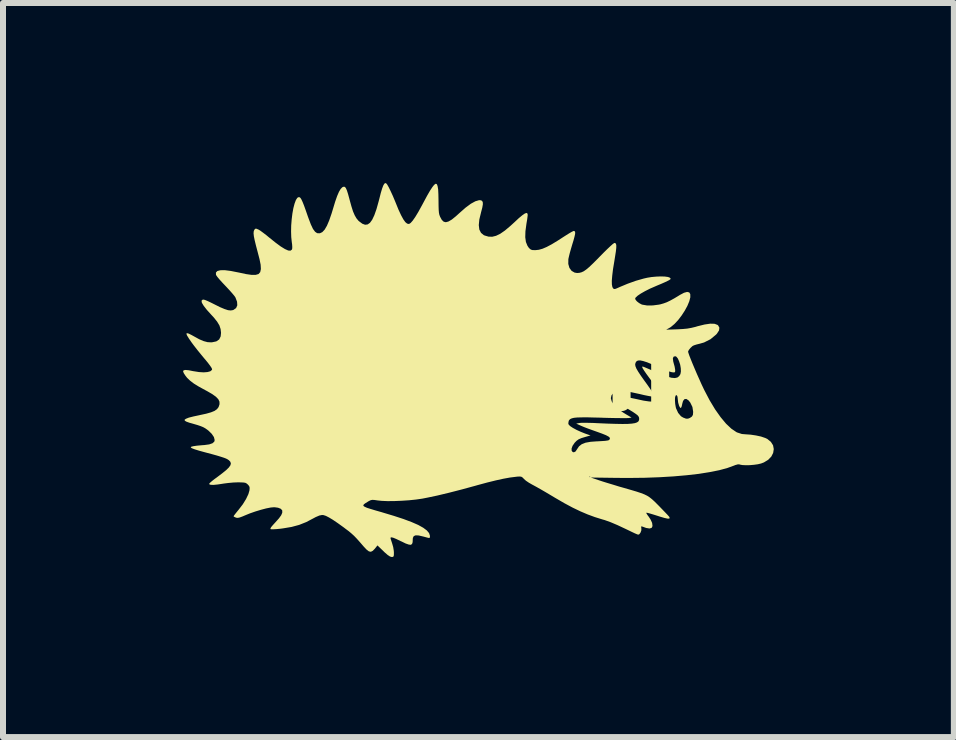
<source format=kicad_pcb>
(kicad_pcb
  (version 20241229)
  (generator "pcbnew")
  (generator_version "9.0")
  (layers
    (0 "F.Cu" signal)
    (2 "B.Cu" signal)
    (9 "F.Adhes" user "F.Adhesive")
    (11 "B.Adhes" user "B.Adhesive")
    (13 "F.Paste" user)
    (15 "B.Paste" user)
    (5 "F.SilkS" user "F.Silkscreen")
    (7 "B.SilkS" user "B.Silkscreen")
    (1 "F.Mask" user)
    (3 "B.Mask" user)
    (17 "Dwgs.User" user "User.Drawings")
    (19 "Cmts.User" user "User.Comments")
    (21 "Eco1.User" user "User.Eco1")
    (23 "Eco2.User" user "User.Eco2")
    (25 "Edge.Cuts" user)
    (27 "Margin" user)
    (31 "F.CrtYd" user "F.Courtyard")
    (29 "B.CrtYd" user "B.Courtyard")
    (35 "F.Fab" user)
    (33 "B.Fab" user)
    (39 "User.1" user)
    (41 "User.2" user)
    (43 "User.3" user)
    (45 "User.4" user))
  (footprint "risson"
    (layer "F.Cu")
    (at 4.912 2.97)
    (property "Reference" "risson" (at 0 0 0) (layer "F.SilkS") (effects (font (size 1.5 1.5) (thickness 0.3))))
    (attr board_only exclude_from_pos_files exclude_from_bom)
    (fp_poly (pts (xy -1.53 -2.967) (xy -1.512 -2.946) (xy -1.487 -2.902) (xy -1.456 -2.839) (xy -1.42 -2.761) (xy -1.382 -2.671) (xy -1.371 -2.644) (xy -1.323 -2.526) (xy -1.28 -2.434) (xy -1.243 -2.366) (xy -1.21 -2.32) (xy -1.18 -2.295) (xy -1.153 -2.289) (xy -1.148 -2.289) (xy -1.122 -2.305) (xy -1.088 -2.343) (xy -1.045 -2.404) (xy -0.993 -2.49) (xy -0.932 -2.601) (xy -0.902 -2.657) (xy -0.845 -2.763) (xy -0.798 -2.844) (xy -0.76 -2.902) (xy -0.731 -2.939) (xy -0.708 -2.957) (xy -0.699 -2.959) (xy -0.683 -2.949) (xy -0.672 -2.918) (xy -0.663 -2.865) (xy -0.659 -2.786) (xy -0.657 -2.682) (xy -0.657 -2.676) (xy -0.656 -2.588) (xy -0.654 -2.524) (xy -0.65 -2.477) (xy -0.643 -2.442) (xy -0.632 -2.413) (xy -0.629 -2.406) (xy -0.602 -2.357) (xy -0.571 -2.327) (xy -0.535 -2.318) (xy -0.491 -2.33) (xy -0.436 -2.362) (xy -0.368 -2.417) (xy -0.306 -2.473) (xy -0.206 -2.561) (xy -0.118 -2.626) (xy -0.043 -2.667) (xy 0.018 -2.685) (xy 0.04 -2.685) (xy 0.066 -2.676) (xy 0.08 -2.654) (xy 0.082 -2.617) (xy 0.072 -2.56) (xy 0.051 -2.48) (xy 0.051 -2.479) (xy 0.023 -2.364) (xy 0.014 -2.27) (xy 0.023 -2.196) (xy 0.051 -2.141) (xy 0.097 -2.103) (xy 0.114 -2.096) (xy 0.176 -2.078) (xy 0.238 -2.076) (xy 0.302 -2.092) (xy 0.372 -2.126) (xy 0.45 -2.18) (xy 0.539 -2.255) (xy 0.606 -2.316) (xy 0.681 -2.386) (xy 0.739 -2.434) (xy 0.781 -2.463) (xy 0.809 -2.473) (xy 0.824 -2.464) (xy 0.829 -2.441) (xy 0.826 -2.412) (xy 0.82 -2.364) (xy 0.81 -2.306) (xy 0.807 -2.287) (xy 0.791 -2.167) (xy 0.788 -2.068) (xy 0.799 -1.989) (xy 0.825 -1.925) (xy 0.849 -1.89) (xy 0.874 -1.867) (xy 0.901 -1.855) (xy 0.941 -1.853) (xy 0.96 -1.853) (xy 1.014 -1.859) (xy 1.075 -1.876) (xy 1.145 -1.906) (xy 1.228 -1.95) (xy 1.327 -2.01) (xy 1.398 -2.056) (xy 1.462 -2.097) (xy 1.518 -2.132) (xy 1.563 -2.158) (xy 1.59 -2.171) (xy 1.595 -2.173) (xy 1.611 -2.169) (xy 1.619 -2.154) (xy 1.619 -2.125) (xy 1.609 -2.079) (xy 1.591 -2.012) (xy 1.572 -1.951) (xy 1.55 -1.876) (xy 1.53 -1.805) (xy 1.515 -1.744) (xy 1.506 -1.703) (xy 1.506 -1.7) (xy 1.505 -1.623) (xy 1.524 -1.557) (xy 1.56 -1.508) (xy 1.61 -1.479) (xy 1.652 -1.472) (xy 1.69 -1.475) (xy 1.725 -1.484) (xy 1.762 -1.501) (xy 1.804 -1.53) (xy 1.854 -1.572) (xy 1.915 -1.63) (xy 1.99 -1.705) (xy 2.029 -1.745) (xy 2.094 -1.811) (xy 2.154 -1.87) (xy 2.205 -1.918) (xy 2.244 -1.953) (xy 2.269 -1.971) (xy 2.274 -1.973) (xy 2.29 -1.969) (xy 2.3 -1.956) (xy 2.305 -1.93) (xy 2.304 -1.888) (xy 2.297 -1.827) (xy 2.284 -1.744) (xy 2.272 -1.669) (xy 2.25 -1.536) (xy 2.237 -1.428) (xy 2.23 -1.344) (xy 2.231 -1.282) (xy 2.239 -1.24) (xy 2.248 -1.222) (xy 2.26 -1.209) (xy 2.273 -1.205) (xy 2.295 -1.209) (xy 2.332 -1.225) (xy 2.37 -1.242) (xy 2.495 -1.294) (xy 2.629 -1.342) (xy 2.759 -1.379) (xy 2.819 -1.393) (xy 2.893 -1.405) (xy 2.971 -1.412) (xy 3.047 -1.415) (xy 3.113 -1.413) (xy 3.165 -1.406) (xy 3.193 -1.396) (xy 3.21 -1.381) (xy 3.206 -1.368) (xy 3.185 -1.353) (xy 3.159 -1.34) (xy 3.113 -1.318) (xy 3.052 -1.291) (xy 2.982 -1.262) (xy 2.957 -1.251) (xy 2.865 -1.211) (xy 2.782 -1.169) (xy 2.712 -1.129) (xy 2.659 -1.093) (xy 2.626 -1.062) (xy 2.619 -1.049) (xy 2.625 -1.027) (xy 2.649 -0.999) (xy 2.685 -0.971) (xy 2.725 -0.949) (xy 2.741 -0.944) (xy 2.819 -0.931) (xy 2.913 -0.932) (xy 3.013 -0.945) (xy 3.042 -0.951) (xy 3.094 -0.966) (xy 3.146 -0.985) (xy 3.204 -1.013) (xy 3.273 -1.051) (xy 3.359 -1.103) (xy 3.363 -1.106) (xy 3.433 -1.143) (xy 3.485 -1.157) (xy 3.52 -1.149) (xy 3.537 -1.121) (xy 3.538 -1.068) (xy 3.521 -1.002) (xy 3.489 -0.925) (xy 3.445 -0.844) (xy 3.393 -0.764) (xy 3.335 -0.688) (xy 3.274 -0.623) (xy 3.213 -0.572) (xy 3.187 -0.556) (xy 3.136 -0.528) (xy 3.321 -0.534) (xy 3.413 -0.539) (xy 3.487 -0.546) (xy 3.554 -0.558) (xy 3.625 -0.575) (xy 3.657 -0.585) (xy 3.775 -0.614) (xy 3.87 -0.628) (xy 3.942 -0.626) (xy 3.992 -0.607) (xy 4.001 -0.599) (xy 4.022 -0.561) (xy 4.016 -0.515) (xy 3.982 -0.463) (xy 3.967 -0.446) (xy 3.874 -0.369) (xy 3.767 -0.315) (xy 3.694 -0.294) (xy 3.641 -0.281) (xy 3.598 -0.267) (xy 3.574 -0.255) (xy 3.54 -0.223) (xy 3.513 -0.19) (xy 3.501 -0.164) (xy 3.5 -0.163) (xy 3.506 -0.141) (xy 3.521 -0.097) (xy 3.545 -0.036) (xy 3.575 0.038) (xy 3.61 0.121) (xy 3.647 0.208) (xy 3.686 0.295) (xy 3.723 0.378) (xy 3.758 0.452) (xy 3.771 0.479) (xy 3.86 0.649) (xy 3.951 0.8) (xy 4.043 0.93) (xy 4.133 1.038) (xy 4.221 1.121) (xy 4.305 1.178) (xy 4.317 1.184) (xy 4.397 1.21) (xy 4.458 1.215) (xy 4.543 1.221) (xy 4.631 1.234) (xy 4.715 1.252) (xy 4.786 1.276) (xy 4.82 1.292) (xy 4.88 1.341) (xy 4.916 1.398) (xy 4.928 1.461) (xy 4.918 1.525) (xy 4.887 1.586) (xy 4.835 1.64) (xy 4.764 1.683) (xy 4.717 1.701) (xy 4.663 1.714) (xy 4.597 1.723) (xy 4.527 1.729) (xy 4.46 1.73) (xy 4.403 1.727) (xy 4.366 1.72) (xy 4.359 1.717) (xy 4.332 1.715) (xy 4.285 1.728) (xy 4.266 1.736) (xy 4.156 1.776) (xy 4.02 1.813) (xy 3.859 1.845) (xy 3.678 1.874) (xy 3.476 1.897) (xy 3.258 1.916) (xy 3.025 1.93) (xy 2.779 1.939) (xy 2.522 1.942) (xy 2.316 1.941) (xy 1.88 1.935) (xy 2.022 1.983) (xy 2.083 2.003) (xy 2.164 2.028) (xy 2.257 2.056) (xy 2.354 2.086) (xy 2.436 2.109) (xy 2.55 2.142) (xy 2.641 2.169) (xy 2.713 2.193) (xy 2.771 2.215) (xy 2.818 2.238) (xy 2.86 2.265) (xy 2.899 2.296) (xy 2.942 2.335) (xy 2.991 2.384) (xy 3.016 2.409) (xy 3.071 2.466) (xy 3.12 2.517) (xy 3.159 2.558) (xy 3.183 2.585) (xy 3.189 2.593) (xy 3.194 2.611) (xy 3.184 2.62) (xy 3.156 2.619) (xy 3.106 2.608) (xy 3.034 2.587) (xy 2.991 2.573) (xy 2.924 2.552) (xy 2.867 2.535) (xy 2.826 2.524) (xy 2.805 2.521) (xy 2.804 2.521) (xy 2.808 2.535) (xy 2.826 2.563) (xy 2.842 2.584) (xy 2.873 2.63) (xy 2.896 2.678) (xy 2.902 2.694) (xy 2.908 2.744) (xy 2.893 2.774) (xy 2.858 2.784) (xy 2.802 2.775) (xy 2.739 2.752) (xy 2.721 2.748) (xy 2.719 2.762) (xy 2.722 2.778) (xy 2.722 2.814) (xy 2.709 2.851) (xy 2.689 2.879) (xy 2.67 2.887) (xy 2.652 2.881) (xy 2.614 2.865) (xy 2.559 2.839) (xy 2.493 2.807) (xy 2.438 2.781) (xy 2.323 2.727) (xy 2.212 2.68) (xy 2.112 2.644) (xy 2.07 2.632) (xy 1.948 2.594) (xy 1.828 2.55) (xy 1.706 2.498) (xy 1.577 2.436) (xy 1.437 2.361) (xy 1.282 2.271) (xy 1.195 2.219) (xy 1.119 2.174) (xy 1.043 2.13) (xy 0.974 2.091) (xy 0.919 2.061) (xy 0.902 2.052) (xy 0.848 2.021) (xy 0.799 1.988) (xy 0.767 1.959) (xy 0.744 1.935) (xy 0.725 1.923) (xy 1.857 1.923) (xy 1.864 1.93) (xy 1.871 1.923) (xy 1.864 1.915) (xy 1.857 1.923) (xy 0.725 1.923) (xy 0.724 1.922) (xy 0.697 1.918) (xy 0.655 1.92) (xy 0.631 1.923) (xy 0.534 1.935) (xy 0.424 1.955) (xy 0.297 1.983) (xy 0.151 2.019) (xy -0.019 2.065) (xy -0.021 2.066) (xy -0.266 2.133) (xy -0.484 2.189) (xy -0.676 2.235) (xy -0.842 2.27) (xy -0.929 2.287) (xy -1.033 2.302) (xy -1.149 2.314) (xy -1.271 2.322) (xy -1.391 2.327) (xy -1.504 2.328) (xy -1.601 2.324) (xy -1.669 2.317) (xy -1.724 2.309) (xy -1.76 2.307) (xy -1.788 2.313) (xy -1.817 2.327) (xy -1.84 2.341) (xy -1.874 2.362) (xy -1.898 2.38) (xy -1.91 2.395) (xy -1.906 2.409) (xy -1.886 2.423) (xy -1.847 2.44) (xy -1.787 2.459) (xy -1.704 2.484) (xy -1.595 2.515) (xy -1.593 2.516) (xy -1.403 2.573) (xy -1.241 2.626) (xy -1.105 2.677) (xy -0.995 2.725) (xy -0.911 2.772) (xy -0.851 2.817) (xy -0.814 2.861) (xy -0.8 2.904) (xy -0.8 2.91) (xy -0.8 2.929) (xy -0.804 2.939) (xy -0.817 2.942) (xy -0.844 2.936) (xy -0.892 2.923) (xy -0.915 2.917) (xy -0.988 2.9) (xy -1.038 2.898) (xy -1.069 2.911) (xy -1.084 2.941) (xy -1.086 2.964) (xy -1.088 3.012) (xy -1.098 3.042) (xy -1.118 3.056) (xy -1.152 3.052) (xy -1.204 3.034) (xy -1.276 2.999) (xy -1.286 2.995) (xy -1.36 2.959) (xy -1.411 2.938) (xy -1.443 2.931) (xy -1.456 2.937) (xy -1.457 2.941) (xy -1.453 2.96) (xy -1.441 2.997) (xy -1.429 3.034) (xy -1.412 3.093) (xy -1.402 3.156) (xy -1.4 3.187) (xy -1.401 3.23) (xy -1.407 3.251) (xy -1.421 3.258) (xy -1.437 3.259) (xy -1.465 3.251) (xy -1.504 3.225) (xy -1.556 3.18) (xy -1.574 3.162) (xy -1.674 3.066) (xy -1.717 3.12) (xy -1.752 3.156) (xy -1.784 3.172) (xy -1.817 3.165) (xy -1.856 3.135) (xy -1.903 3.085) (xy -1.967 3.011) (xy -2.019 2.953) (xy -2.063 2.907) (xy -2.106 2.868) (xy -2.151 2.83) (xy -2.206 2.789) (xy -2.236 2.766) (xy -2.336 2.694) (xy -2.417 2.639) (xy -2.482 2.6) (xy -2.533 2.574) (xy -2.573 2.561) (xy -2.597 2.559) (xy -2.642 2.568) (xy -2.703 2.594) (xy -2.742 2.615) (xy -2.86 2.677) (xy -2.978 2.724) (xy -3.104 2.758) (xy -3.247 2.782) (xy -3.291 2.788) (xy -3.353 2.794) (xy -3.406 2.797) (xy -3.443 2.797) (xy -3.453 2.795) (xy -3.458 2.786) (xy -3.447 2.764) (xy -3.418 2.729) (xy -3.373 2.68) (xy -3.315 2.615) (xy -3.278 2.564) (xy -3.26 2.522) (xy -3.26 2.488) (xy -3.262 2.48) (xy -3.286 2.455) (xy -3.33 2.438) (xy -3.388 2.43) (xy -3.399 2.43) (xy -3.455 2.435) (xy -3.53 2.45) (xy -3.617 2.473) (xy -3.709 2.501) (xy -3.798 2.532) (xy -3.862 2.558) (xy -3.926 2.585) (xy -3.97 2.601) (xy -4 2.607) (xy -4.024 2.605) (xy -4.033 2.602) (xy -4.061 2.59) (xy -4.071 2.58) (xy -4.063 2.567) (xy -4.04 2.537) (xy -4.007 2.496) (xy -3.988 2.473) (xy -3.918 2.382) (xy -3.863 2.293) (xy -3.824 2.211) (xy -3.806 2.148) (xy -3.803 2.106) (xy -3.811 2.078) (xy -3.833 2.052) (xy -3.854 2.034) (xy -3.875 2.023) (xy -3.906 2.018) (xy -3.952 2.016) (xy -3.996 2.015) (xy -4.074 2.018) (xy -4.161 2.026) (xy -4.239 2.036) (xy -4.243 2.037) (xy -4.336 2.051) (xy -4.407 2.058) (xy -4.454 2.056) (xy -4.476 2.047) (xy -4.477 2.038) (xy -4.463 2.022) (xy -4.43 1.993) (xy -4.385 1.958) (xy -4.353 1.935) (xy -4.263 1.867) (xy -4.195 1.812) (xy -4.149 1.767) (xy -4.123 1.73) (xy -4.116 1.699) (xy -4.126 1.671) (xy -4.151 1.645) (xy -4.152 1.645) (xy -4.171 1.632) (xy -4.196 1.619) (xy -4.23 1.606) (xy -4.279 1.59) (xy -4.344 1.57) (xy -4.43 1.546) (xy -4.539 1.517) (xy -4.543 1.516) (xy -4.645 1.488) (xy -4.719 1.465) (xy -4.766 1.447) (xy -4.785 1.433) (xy -4.776 1.422) (xy -4.741 1.413) (xy -4.678 1.404) (xy -4.588 1.396) (xy -4.558 1.394) (xy -4.477 1.383) (xy -4.422 1.364) (xy -4.392 1.337) (xy -4.386 1.311) (xy -4.398 1.262) (xy -4.434 1.208) (xy -4.488 1.155) (xy -4.51 1.138) (xy -4.543 1.115) (xy -4.577 1.096) (xy -4.618 1.079) (xy -4.671 1.061) (xy -4.743 1.04) (xy -4.767 1.033) (xy 1.505 1.033) (xy 1.512 1.054) (xy 1.536 1.078) (xy 1.581 1.108) (xy 1.642 1.141) (xy 1.714 1.174) (xy 1.784 1.202) (xy 1.875 1.234) (xy 1.791 1.258) (xy 1.725 1.278) (xy 1.678 1.298) (xy 1.643 1.323) (xy 1.61 1.357) (xy 1.609 1.359) (xy 1.576 1.407) (xy 1.56 1.452) (xy 1.561 1.488) (xy 1.578 1.51) (xy 1.598 1.515) (xy 1.626 1.501) (xy 1.652 1.462) (xy 1.684 1.415) (xy 1.729 1.38) (xy 1.792 1.355) (xy 1.875 1.34) (xy 1.982 1.332) (xy 1.993 1.332) (xy 2.061 1.328) (xy 2.12 1.324) (xy 2.162 1.318) (xy 2.182 1.312) (xy 2.198 1.293) (xy 2.197 1.273) (xy 2.176 1.253) (xy 2.133 1.23) (xy 2.066 1.203) (xy 1.983 1.173) (xy 1.907 1.146) (xy 1.832 1.119) (xy 1.767 1.094) (xy 1.722 1.075) (xy 1.637 1.037) (xy 1.687 1.027) (xy 1.716 1.024) (xy 1.769 1.023) (xy 1.839 1.024) (xy 1.921 1.026) (xy 2 1.03) (xy 2.161 1.037) (xy 2.295 1.041) (xy 2.406 1.043) (xy 2.494 1.042) (xy 2.563 1.037) (xy 2.614 1.029) (xy 2.649 1.017) (xy 2.672 1.001) (xy 2.683 0.98) (xy 2.686 0.961) (xy 2.684 0.938) (xy 2.676 0.919) (xy 2.659 0.898) (xy 2.628 0.874) (xy 2.581 0.842) (xy 2.512 0.8) (xy 2.505 0.795) (xy 2.427 0.744) (xy 2.367 0.697) (xy 2.325 0.656) (xy 2.305 0.624) (xy 2.304 0.609) (xy 2.323 0.595) (xy 2.366 0.589) (xy 2.43 0.592) (xy 2.512 0.602) (xy 2.607 0.621) (xy 2.64 0.628) (xy 2.758 0.654) (xy 2.853 0.668) (xy 2.924 0.671) (xy 2.976 0.663) (xy 2.993 0.652) (xy 3.282 0.652) (xy 3.286 0.708) (xy 3.295 0.761) (xy 3.3 0.781) (xy 3.335 0.858) (xy 3.382 0.914) (xy 3.42 0.937) (xy 3.465 0.954) (xy 3.498 0.955) (xy 3.532 0.942) (xy 3.533 0.941) (xy 3.565 0.919) (xy 3.581 0.891) (xy 3.585 0.845) (xy 3.585 0.839) (xy 3.573 0.76) (xy 3.537 0.686) (xy 3.508 0.65) (xy 3.472 0.626) (xy 3.441 0.629) (xy 3.417 0.659) (xy 3.406 0.697) (xy 3.394 0.75) (xy 3.382 0.775) (xy 3.369 0.773) (xy 3.354 0.746) (xy 3.351 0.74) (xy 3.336 0.689) (xy 3.329 0.634) (xy 3.329 0.63) (xy 3.324 0.588) (xy 3.314 0.565) (xy 3.299 0.565) (xy 3.291 0.574) (xy 3.283 0.605) (xy 3.282 0.652) (xy 2.993 0.652) (xy 3.009 0.643) (xy 3.025 0.611) (xy 3.028 0.581) (xy 3.024 0.548) (xy 3.009 0.509) (xy 2.983 0.459) (xy 2.942 0.397) (xy 2.886 0.317) (xy 2.861 0.284) (xy 2.806 0.209) (xy 2.768 0.154) (xy 2.745 0.117) (xy 2.736 0.095) (xy 2.739 0.086) (xy 2.742 0.086) (xy 2.76 0.091) (xy 2.798 0.107) (xy 2.853 0.13) (xy 2.918 0.158) (xy 2.946 0.171) (xy 3.06 0.219) (xy 3.152 0.253) (xy 3.224 0.273) (xy 3.28 0.278) (xy 3.322 0.269) (xy 3.352 0.246) (xy 3.373 0.212) (xy 3.381 0.168) (xy 3.379 0.114) (xy 3.369 0.055) (xy 3.351 -0.001) (xy 3.33 -0.048) (xy 3.305 -0.078) (xy 3.286 -0.086) (xy 3.258 -0.077) (xy 3.247 -0.049) (xy 3.253 0.000492) (xy 3.262 0.035) (xy 3.276 0.085) (xy 3.284 0.131) (xy 3.286 0.15) (xy 3.284 0.175) (xy 3.273 0.184) (xy 3.246 0.183) (xy 3.227 0.18) (xy 3.191 0.17) (xy 3.137 0.151) (xy 3.072 0.125) (xy 3.01 0.098) (xy 2.902 0.05) (xy 2.817 0.015) (xy 2.751 -0.006) (xy 2.702 -0.016) (xy 2.666 -0.014) (xy 2.642 -0.002) (xy 2.626 0.022) (xy 2.626 0.022) (xy 2.619 0.048) (xy 2.623 0.079) (xy 2.639 0.119) (xy 2.669 0.171) (xy 2.714 0.239) (xy 2.775 0.325) (xy 2.778 0.329) (xy 2.823 0.391) (xy 2.863 0.449) (xy 2.896 0.498) (xy 2.916 0.531) (xy 2.916 0.532) (xy 2.943 0.586) (xy 2.906 0.586) (xy 2.878 0.583) (xy 2.829 0.574) (xy 2.765 0.561) (xy 2.694 0.544) (xy 2.68 0.541) (xy 2.55 0.513) (xy 2.445 0.498) (xy 2.361 0.495) (xy 2.299 0.505) (xy 2.262 0.523) (xy 2.225 0.565) (xy 2.214 0.614) (xy 2.229 0.668) (xy 2.269 0.727) (xy 2.332 0.789) (xy 2.418 0.852) (xy 2.467 0.882) (xy 2.559 0.936) (xy 2.512 0.944) (xy 2.485 0.945) (xy 2.435 0.946) (xy 2.364 0.945) (xy 2.277 0.944) (xy 2.177 0.942) (xy 2.071 0.939) (xy 2.057 0.938) (xy 1.92 0.935) (xy 1.809 0.932) (xy 1.721 0.933) (xy 1.652 0.935) (xy 1.601 0.94) (xy 1.564 0.949) (xy 1.539 0.96) (xy 1.522 0.975) (xy 1.512 0.992) (xy 1.505 1.033) (xy -4.767 1.033) (xy -4.804 1.023) (xy -4.855 1.005) (xy -4.883 0.989) (xy -4.887 0.972) (xy -4.864 0.956) (xy -4.816 0.937) (xy -4.741 0.918) (xy -4.638 0.896) (xy -4.635 0.895) (xy -4.528 0.872) (xy -4.447 0.849) (xy -4.388 0.825) (xy -4.347 0.796) (xy -4.321 0.762) (xy -4.307 0.721) (xy -4.305 0.712) (xy -4.306 0.671) (xy -4.325 0.631) (xy -4.364 0.59) (xy -4.425 0.546) (xy -4.511 0.496) (xy -4.543 0.479) (xy -4.649 0.421) (xy -4.732 0.37) (xy -4.796 0.321) (xy -4.845 0.274) (xy -4.872 0.24) (xy -4.901 0.196) (xy -4.912 0.166) (xy -4.903 0.149) (xy -4.872 0.143) (xy -4.818 0.148) (xy -4.739 0.164) (xy -4.736 0.164) (xy -4.648 0.178) (xy -4.57 0.183) (xy -4.505 0.178) (xy -4.458 0.165) (xy -4.432 0.143) (xy -4.429 0.129) (xy -4.438 0.108) (xy -4.462 0.072) (xy -4.499 0.023) (xy -4.544 -0.032) (xy -4.554 -0.043) (xy -4.611 -0.112) (xy -4.672 -0.187) (xy -4.729 -0.26) (xy -4.768 -0.312) (xy -4.816 -0.382) (xy -4.846 -0.431) (xy -4.857 -0.46) (xy -4.848 -0.47) (xy -4.819 -0.463) (xy -4.771 -0.439) (xy -4.731 -0.417) (xy -4.642 -0.368) (xy -4.568 -0.337) (xy -4.504 -0.32) (xy -4.445 -0.317) (xy -4.428 -0.318) (xy -4.358 -0.333) (xy -4.311 -0.365) (xy -4.286 -0.416) (xy -4.28 -0.476) (xy -4.287 -0.538) (xy -4.307 -0.599) (xy -4.345 -0.662) (xy -4.402 -0.733) (xy -4.442 -0.776) (xy -4.517 -0.859) (xy -4.569 -0.926) (xy -4.599 -0.976) (xy -4.605 -1.01) (xy -4.588 -1.027) (xy -4.57 -1.029) (xy -4.547 -1.023) (xy -4.505 -1.006) (xy -4.45 -0.98) (xy -4.39 -0.95) (xy -4.296 -0.903) (xy -4.222 -0.872) (xy -4.164 -0.853) (xy -4.119 -0.848) (xy -4.082 -0.854) (xy -4.073 -0.857) (xy -4.029 -0.888) (xy -4.009 -0.934) (xy -4.013 -0.994) (xy -4.04 -1.065) (xy -4.057 -1.09) (xy -4.091 -1.131) (xy -4.136 -1.182) (xy -4.189 -1.239) (xy -4.207 -1.258) (xy -4.26 -1.314) (xy -4.306 -1.365) (xy -4.341 -1.407) (xy -4.361 -1.436) (xy -4.364 -1.442) (xy -4.365 -1.48) (xy -4.341 -1.505) (xy -4.291 -1.518) (xy -4.216 -1.519) (xy -4.116 -1.506) (xy -3.99 -1.481) (xy -3.979 -1.479) (xy -3.863 -1.454) (xy -3.772 -1.441) (xy -3.703 -1.441) (xy -3.655 -1.455) (xy -3.627 -1.487) (xy -3.616 -1.538) (xy -3.62 -1.61) (xy -3.639 -1.704) (xy -3.67 -1.823) (xy -3.67 -1.823) (xy -3.699 -1.933) (xy -3.72 -2.02) (xy -3.733 -2.085) (xy -3.738 -2.133) (xy -3.735 -2.167) (xy -3.726 -2.19) (xy -3.725 -2.192) (xy -3.71 -2.209) (xy -3.693 -2.211) (xy -3.664 -2.199) (xy -3.656 -2.196) (xy -3.625 -2.177) (xy -3.58 -2.144) (xy -3.526 -2.103) (xy -3.479 -2.064) (xy -3.373 -1.979) (xy -3.285 -1.914) (xy -3.215 -1.871) (xy -3.161 -1.847) (xy -3.124 -1.844) (xy -3.101 -1.86) (xy -3.095 -1.874) (xy -3.093 -1.904) (xy -3.096 -1.951) (xy -3.101 -1.985) (xy -3.11 -2.069) (xy -3.113 -2.164) (xy -3.111 -2.264) (xy -3.103 -2.365) (xy -3.091 -2.463) (xy -3.075 -2.552) (xy -3.055 -2.628) (xy -3.033 -2.687) (xy -3.01 -2.723) (xy -3 -2.73) (xy -2.985 -2.736) (xy -2.971 -2.734) (xy -2.956 -2.722) (xy -2.94 -2.696) (xy -2.921 -2.655) (xy -2.897 -2.595) (xy -2.868 -2.514) (xy -2.832 -2.41) (xy -2.821 -2.38) (xy -2.783 -2.28) (xy -2.748 -2.206) (xy -2.713 -2.159) (xy -2.679 -2.136) (xy -2.675 -2.135) (xy -2.633 -2.134) (xy -2.593 -2.153) (xy -2.554 -2.194) (xy -2.516 -2.259) (xy -2.478 -2.348) (xy -2.438 -2.464) (xy -2.414 -2.543) (xy -2.378 -2.662) (xy -2.345 -2.756) (xy -2.315 -2.825) (xy -2.287 -2.872) (xy -2.261 -2.899) (xy -2.255 -2.903) (xy -2.234 -2.91) (xy -2.216 -2.906) (xy -2.2 -2.886) (xy -2.183 -2.848) (xy -2.164 -2.788) (xy -2.141 -2.704) (xy -2.138 -2.692) (xy -2.108 -2.583) (xy -2.081 -2.498) (xy -2.053 -2.433) (xy -2.024 -2.383) (xy -1.991 -2.343) (xy -1.977 -2.331) (xy -1.926 -2.293) (xy -1.88 -2.276) (xy -1.838 -2.281) (xy -1.799 -2.308) (xy -1.762 -2.359) (xy -1.726 -2.435) (xy -1.69 -2.537) (xy -1.654 -2.666) (xy -1.643 -2.708) (xy -1.618 -2.807) (xy -1.596 -2.88) (xy -1.577 -2.93) (xy -1.56 -2.959) (xy -1.544 -2.97)) (stroke (width 0) (type solid)) (fill yes) (layer "F.SilkS")))
  (gr_rect
    (start -3 -3)
    (end 12.84 9.229)
    (stroke (width 0.1) (type default))
    (fill no)
    (layer "Edge.Cuts")))
</source>
